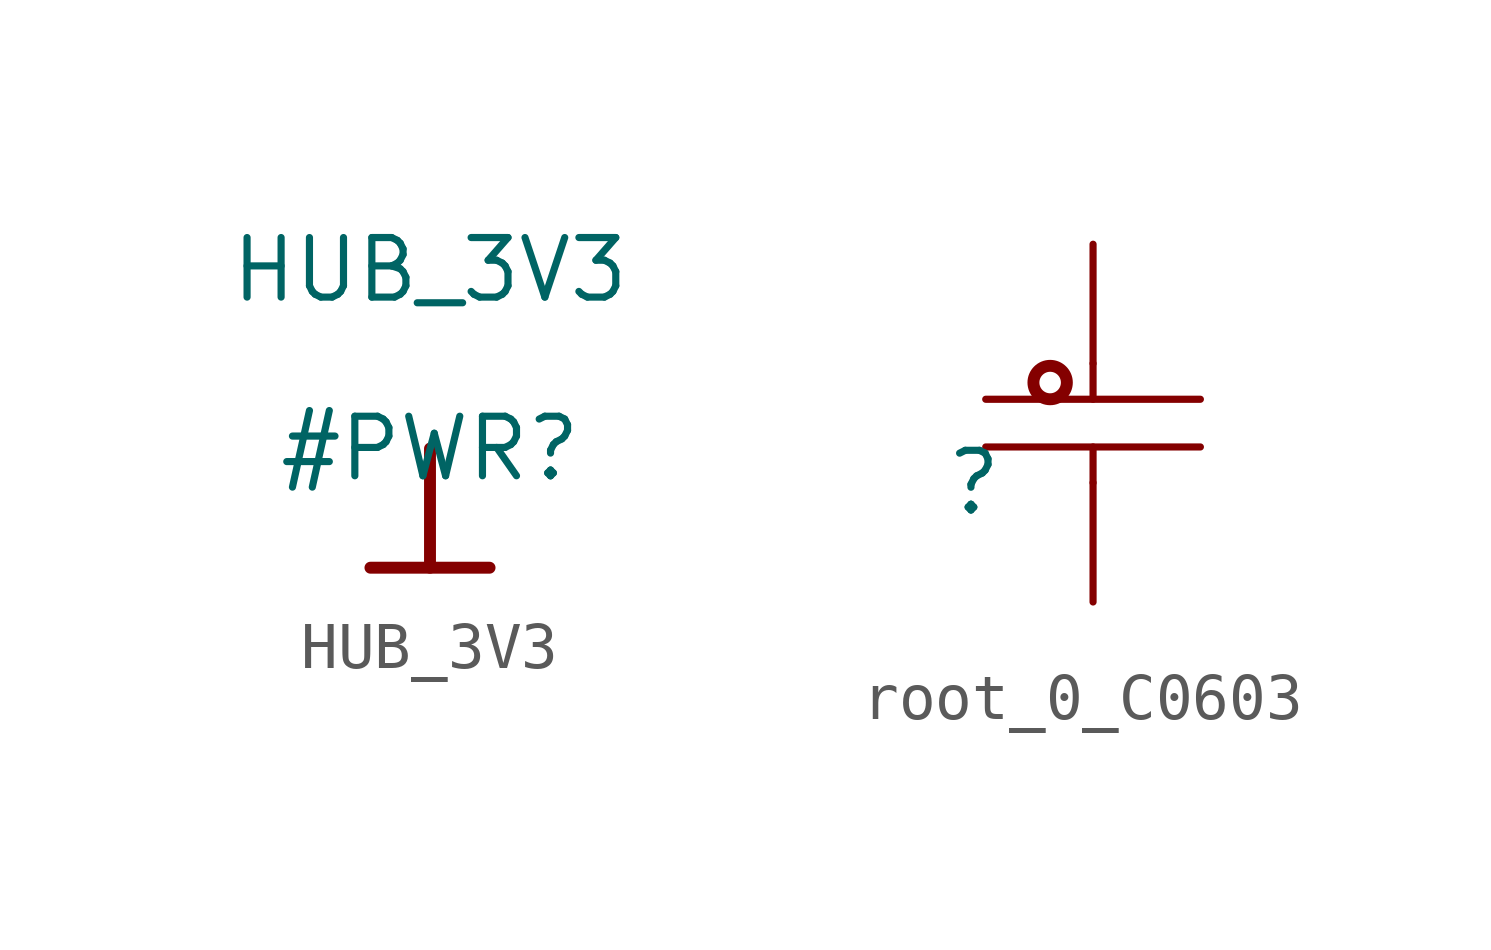
<source format=kicad_sym>
(kicad_symbol_lib
  (version 20220914)
  (generator kicad_symbol_editor)
  (symbol "HUB_3V3"
    (power)
    (property "Reference" "#PWR"
      (at 0 0 0)
      (effects (font (size 1.27 1.27))))
    (property "Value" "HUB_3V3"
      (at 0 3.81 0)
      (effects (font (size 1.27 1.27))))
    (symbol "HUB_3V3_0_0"
      (polyline (pts (xy -1.27 -2.54) (xy 1.27 -2.54)) (stroke (width 0.254) (type solid)) (fill (type none)))
      (polyline (pts (xy 0 0) (xy 0 -2.54)) (stroke (width 0.254) (type solid)) (fill (type none)))
      (pin power_in line (at 0 0 0) (length 0) hide (name "HUB_3V3" (effects (font (size 1.27 1.27)))) (number "" (effects (font (size 1.27 1.27)))))))
  (symbol "root_0_C0603"
    (property "Reference" ""
      (at 0 0 0)
      (effects (font (size 1.27 1.27))))
    (property "Value" ""
      (at 0 0 0)
      (effects (font (size 1.27 1.27))))
    (symbol "root_0_C0603_1_0"
      (polyline (pts (xy 0.254 0.762) (xy 4.826 0.762)) (stroke (width 0) (type solid)) (fill (type none)))
      (polyline (pts (xy 0.254 1.778) (xy 4.826 1.778)) (stroke (width 0) (type solid)) (fill (type none)))
      (polyline (pts (xy 2.54 0) (xy 2.54 0.762)) (stroke (width 0) (type solid)) (fill (type none)))
      (polyline (pts (xy 2.54 2.54) (xy 2.54 1.778)) (stroke (width 0) (type solid)) (fill (type none)))
      (circle (center 1.626 2.134) (radius 0.356) (stroke (width 0.254) (type solid)) (fill (type none)))
      (pin passive line (at 2.54 5.08 270) (length 2.54) (name "1" (effects (font (size 0 0)))) (number "1" (effects (font (size 0 0)))))
      (pin passive line (at 2.54 -2.54 90) (length 2.54) (name "2" (effects (font (size 0 0)))) (number "2" (effects (font (size 0 0))))))))
</source>
